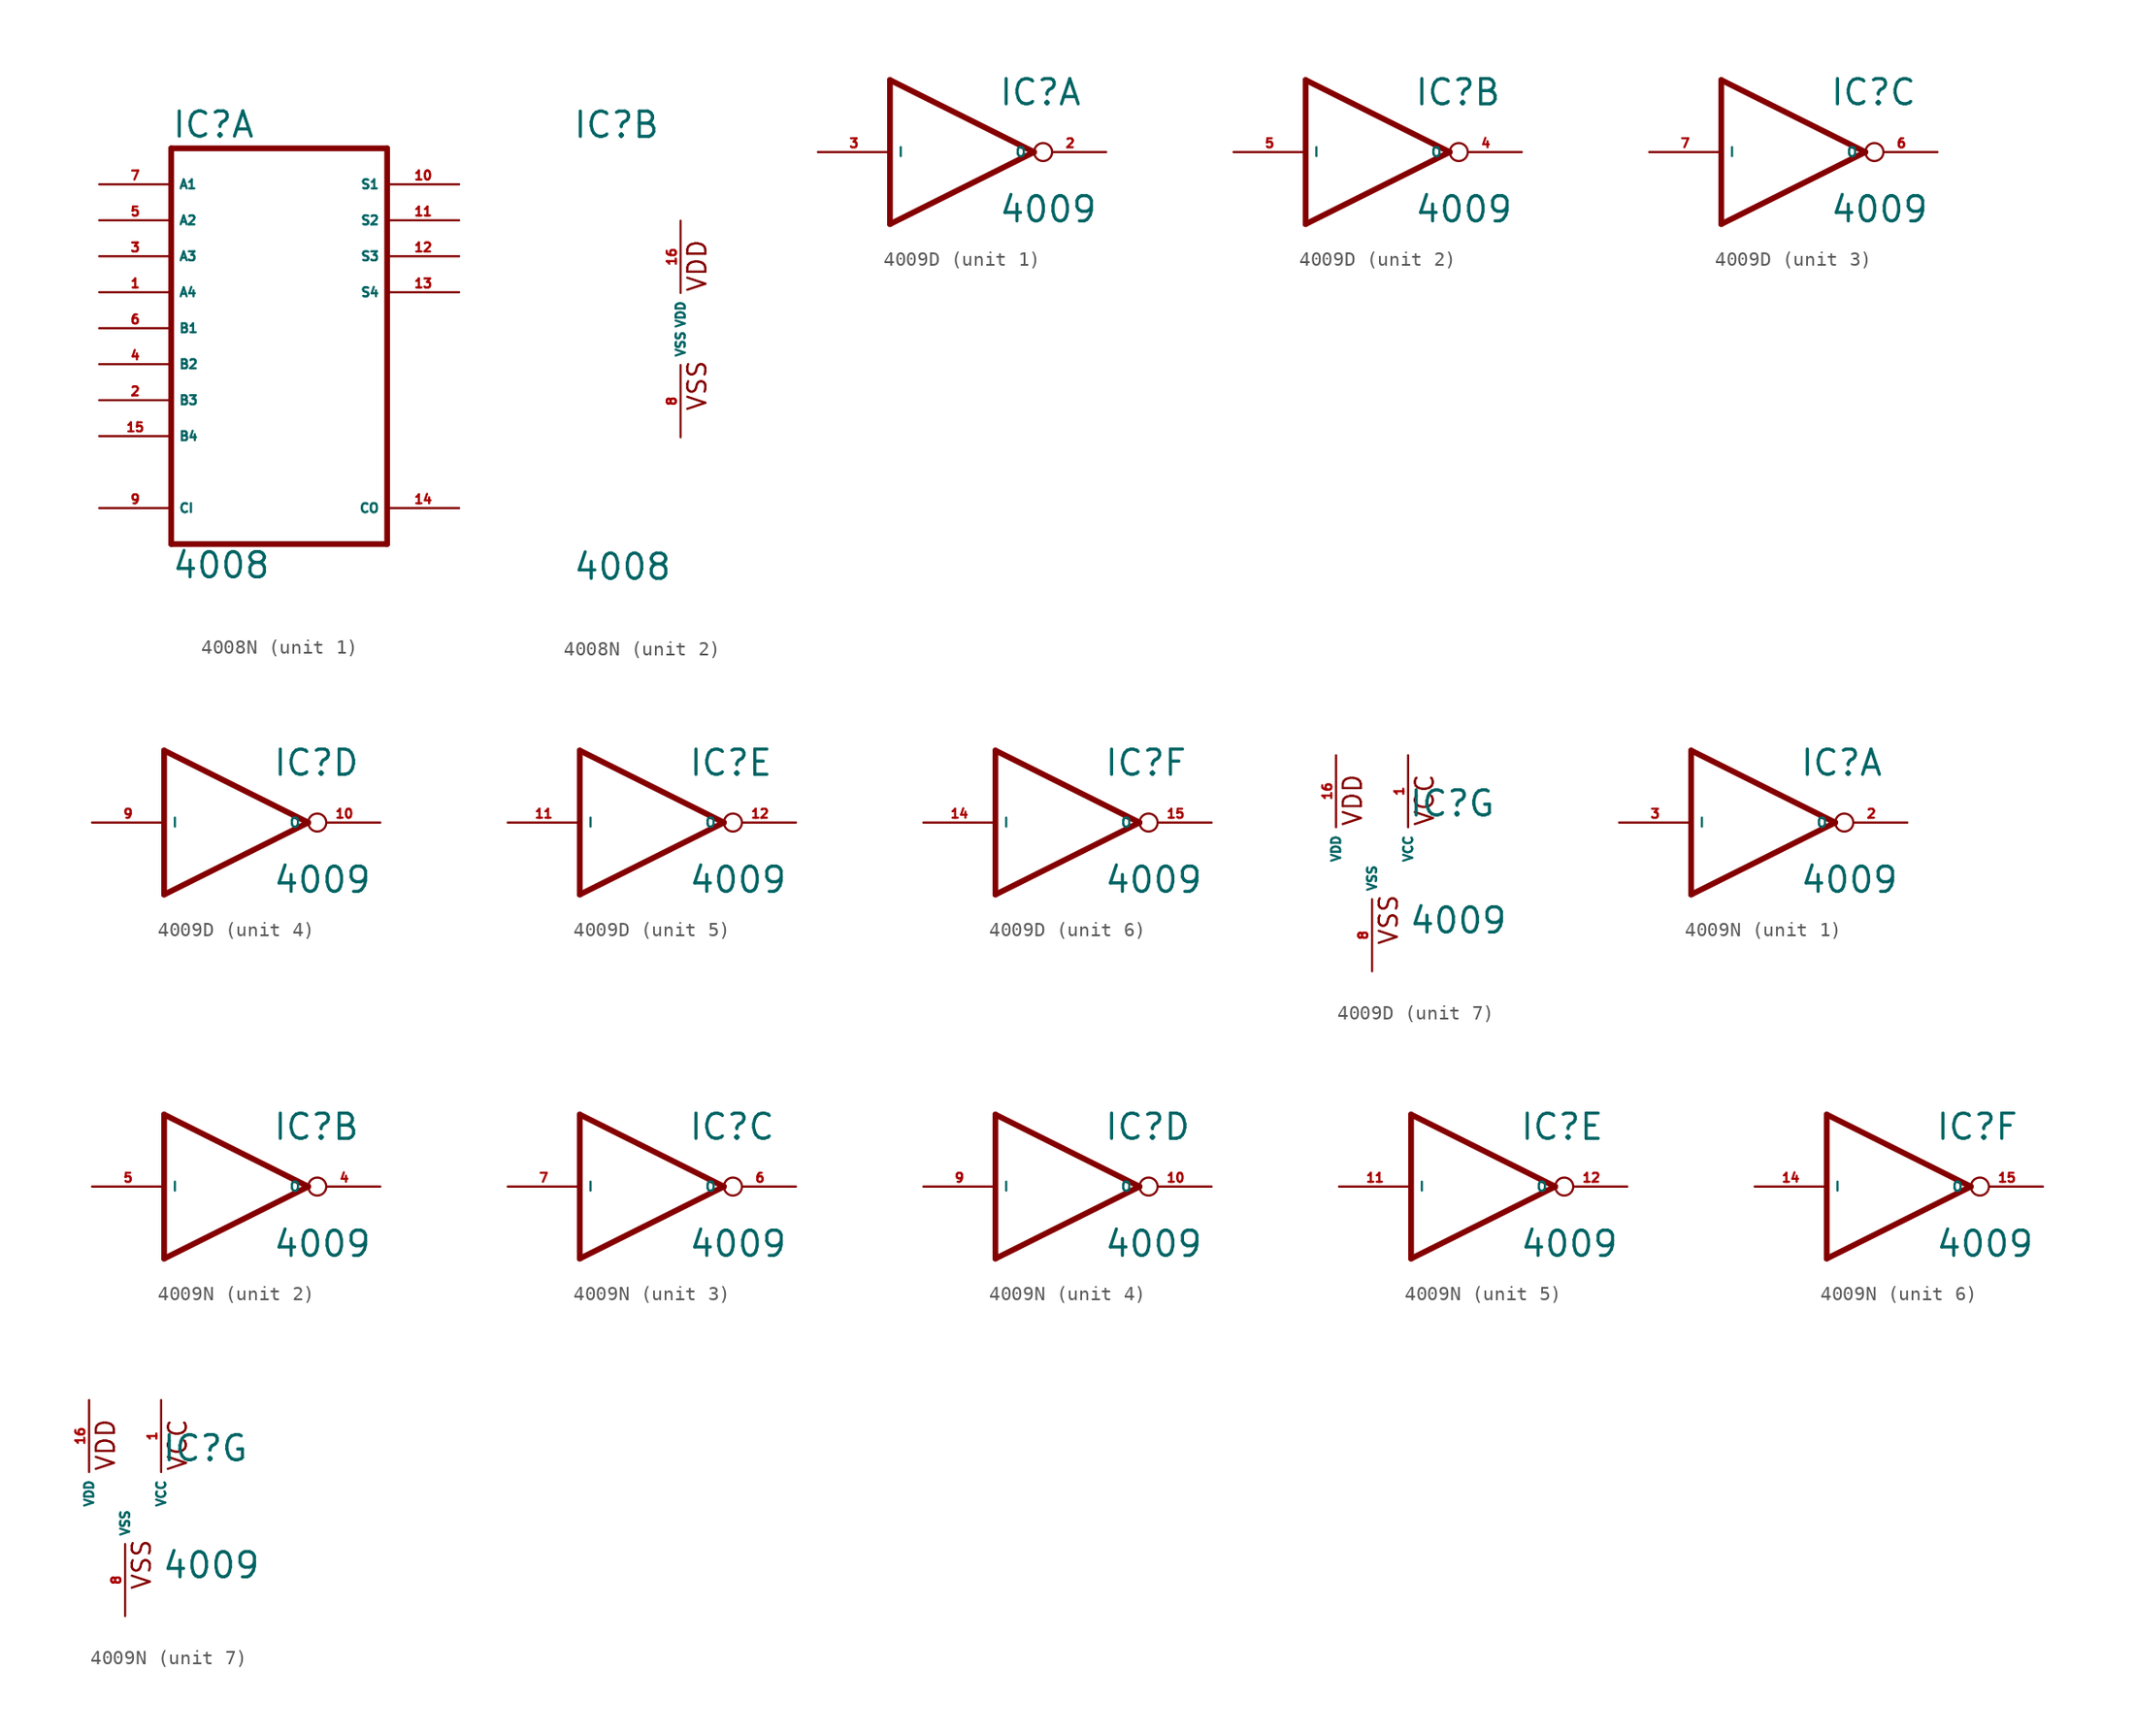
<source format=kicad_sym>
(kicad_symbol_lib
  (version 20220914)
  (generator Eagle2Kicad)
  (symbol "4008N"
    (property "Reference" "IC"
      (at -7.62 13.335 0)
      (effects (font (size 1.778 1.778) (thickness 0.22)) (justify left bottom)))
    (property "Value" "4008"
      (at -7.62 -17.78 0)
      (effects (font (size 1.778 1.778) (thickness 0.22)) (justify left bottom)))
    (symbol "4008N_1_0"
      (polyline (pts (xy -7.62 -15.24) (xy 7.62 -15.24)) (stroke (width 0.406) (type default)) (fill (type none)))
      (polyline (pts (xy 7.62 -15.24) (xy 7.62 12.7)) (stroke (width 0.406) (type default)) (fill (type none)))
      (polyline (pts (xy 7.62 12.7) (xy -7.62 12.7)) (stroke (width 0.406) (type default)) (fill (type none)))
      (polyline (pts (xy -7.62 12.7) (xy -7.62 -15.24)) (stroke (width 0.406) (type default)) (fill (type none)))
      (pin input line (at -12.7 2.54 0) (length 5.08) (name "A4" (effects (font (size 0.635 0.635) (thickness 0.08)) (justify left bottom))) (number "1" (effects (font (size 0.635 0.635) (thickness 0.08)) (justify left bottom))))
      (pin input line (at -12.7 -5.08 0) (length 5.08) (name "B3" (effects (font (size 0.635 0.635) (thickness 0.08)) (justify left bottom))) (number "2" (effects (font (size 0.635 0.635) (thickness 0.08)) (justify left bottom))))
      (pin input line (at -12.7 5.08 0) (length 5.08) (name "A3" (effects (font (size 0.635 0.635) (thickness 0.08)) (justify left bottom))) (number "3" (effects (font (size 0.635 0.635) (thickness 0.08)) (justify left bottom))))
      (pin input line (at -12.7 -2.54 0) (length 5.08) (name "B2" (effects (font (size 0.635 0.635) (thickness 0.08)) (justify left bottom))) (number "4" (effects (font (size 0.635 0.635) (thickness 0.08)) (justify left bottom))))
      (pin input line (at -12.7 7.62 0) (length 5.08) (name "A2" (effects (font (size 0.635 0.635) (thickness 0.08)) (justify left bottom))) (number "5" (effects (font (size 0.635 0.635) (thickness 0.08)) (justify left bottom))))
      (pin input line (at -12.7 0 0) (length 5.08) (name "B1" (effects (font (size 0.635 0.635) (thickness 0.08)) (justify left bottom))) (number "6" (effects (font (size 0.635 0.635) (thickness 0.08)) (justify left bottom))))
      (pin input line (at -12.7 10.16 0) (length 5.08) (name "A1" (effects (font (size 0.635 0.635) (thickness 0.08)) (justify left bottom))) (number "7" (effects (font (size 0.635 0.635) (thickness 0.08)) (justify left bottom))))
      (pin input line (at -12.7 -12.7 0) (length 5.08) (name "CI" (effects (font (size 0.635 0.635) (thickness 0.08)) (justify left bottom))) (number "9" (effects (font (size 0.635 0.635) (thickness 0.08)) (justify left bottom))))
      (pin output line (at 12.7 10.16 180) (length 5.08) (name "S1" (effects (font (size 0.635 0.635) (thickness 0.08)) (justify left bottom))) (number "10" (effects (font (size 0.635 0.635) (thickness 0.08)) (justify left bottom))))
      (pin output line (at 12.7 7.62 180) (length 5.08) (name "S2" (effects (font (size 0.635 0.635) (thickness 0.08)) (justify left bottom))) (number "11" (effects (font (size 0.635 0.635) (thickness 0.08)) (justify left bottom))))
      (pin output line (at 12.7 5.08 180) (length 5.08) (name "S3" (effects (font (size 0.635 0.635) (thickness 0.08)) (justify left bottom))) (number "12" (effects (font (size 0.635 0.635) (thickness 0.08)) (justify left bottom))))
      (pin output line (at 12.7 2.54 180) (length 5.08) (name "S4" (effects (font (size 0.635 0.635) (thickness 0.08)) (justify left bottom))) (number "13" (effects (font (size 0.635 0.635) (thickness 0.08)) (justify left bottom))))
      (pin output line (at 12.7 -12.7 180) (length 5.08) (name "CO" (effects (font (size 0.635 0.635) (thickness 0.08)) (justify left bottom))) (number "14" (effects (font (size 0.635 0.635) (thickness 0.08)) (justify left bottom))))
      (pin input line (at -12.7 -7.62 0) (length 5.08) (name "B4" (effects (font (size 0.635 0.635) (thickness 0.08)) (justify left bottom))) (number "15" (effects (font (size 0.635 0.635) (thickness 0.08)) (justify left bottom)))))
    (symbol "4008N_2_0"
      (text "VDD" (at 1.905 2.54 900) (effects (font (size 1.27 1.27) (thickness 0.16)) (justify left bottom)))
      (text "VSS" (at 1.905 -5.842 900) (effects (font (size 1.27 1.27) (thickness 0.16)) (justify left bottom)))
      (pin unspecified line (at 0 -7.62 90) (length 5.08) (name "VSS" (effects (font (size 0.635 0.635) (thickness 0.08)) (justify left bottom))) (number "8" (effects (font (size 0.635 0.635) (thickness 0.08)) (justify left bottom))))
      (pin unspecified line (at 0 7.62 270) (length 5.08) (name "VDD" (effects (font (size 0.635 0.635) (thickness 0.08)) (justify left bottom))) (number "16" (effects (font (size 0.635 0.635) (thickness 0.08)) (justify left bottom))))))
  (symbol "4009D"
    (property "Reference" "IC"
      (at 2.54 3.175 0)
      (effects (font (size 1.778 1.778) (thickness 0.22)) (justify left bottom)))
    (property "Value" "4009"
      (at 2.54 -5.08 0)
      (effects (font (size 1.778 1.778) (thickness 0.22)) (justify left bottom)))
    (symbol "4009D_1_0"
      (polyline (pts (xy -5.08 -5.08) (xy 5.08 0)) (stroke (width 0.406) (type default)) (fill (type none)))
      (polyline (pts (xy 5.08 0) (xy -5.08 5.08)) (stroke (width 0.406) (type default)) (fill (type none)))
      (polyline (pts (xy -5.08 5.08) (xy -5.08 -5.08)) (stroke (width 0.406) (type default)) (fill (type none)))
      (pin output inverted (at 10.16 0 180) (length 5.08) (name "O" (effects (font (size 0.635 0.635) (thickness 0.08)) (justify left bottom))) (number "2" (effects (font (size 0.635 0.635) (thickness 0.08)) (justify left bottom))))
      (pin input line (at -10.16 0 0) (length 5.08) (name "I" (effects (font (size 0.635 0.635) (thickness 0.08)) (justify left bottom))) (number "3" (effects (font (size 0.635 0.635) (thickness 0.08)) (justify left bottom)))))
    (symbol "4009D_2_0"
      (polyline (pts (xy -5.08 -5.08) (xy 5.08 0)) (stroke (width 0.406) (type default)) (fill (type none)))
      (polyline (pts (xy 5.08 0) (xy -5.08 5.08)) (stroke (width 0.406) (type default)) (fill (type none)))
      (polyline (pts (xy -5.08 5.08) (xy -5.08 -5.08)) (stroke (width 0.406) (type default)) (fill (type none)))
      (pin output inverted (at 10.16 0 180) (length 5.08) (name "O" (effects (font (size 0.635 0.635) (thickness 0.08)) (justify left bottom))) (number "4" (effects (font (size 0.635 0.635) (thickness 0.08)) (justify left bottom))))
      (pin input line (at -10.16 0 0) (length 5.08) (name "I" (effects (font (size 0.635 0.635) (thickness 0.08)) (justify left bottom))) (number "5" (effects (font (size 0.635 0.635) (thickness 0.08)) (justify left bottom)))))
    (symbol "4009D_3_0"
      (polyline (pts (xy -5.08 -5.08) (xy 5.08 0)) (stroke (width 0.406) (type default)) (fill (type none)))
      (polyline (pts (xy 5.08 0) (xy -5.08 5.08)) (stroke (width 0.406) (type default)) (fill (type none)))
      (polyline (pts (xy -5.08 5.08) (xy -5.08 -5.08)) (stroke (width 0.406) (type default)) (fill (type none)))
      (pin output inverted (at 10.16 0 180) (length 5.08) (name "O" (effects (font (size 0.635 0.635) (thickness 0.08)) (justify left bottom))) (number "6" (effects (font (size 0.635 0.635) (thickness 0.08)) (justify left bottom))))
      (pin input line (at -10.16 0 0) (length 5.08) (name "I" (effects (font (size 0.635 0.635) (thickness 0.08)) (justify left bottom))) (number "7" (effects (font (size 0.635 0.635) (thickness 0.08)) (justify left bottom)))))
    (symbol "4009D_4_0"
      (polyline (pts (xy -5.08 -5.08) (xy 5.08 0)) (stroke (width 0.406) (type default)) (fill (type none)))
      (polyline (pts (xy 5.08 0) (xy -5.08 5.08)) (stroke (width 0.406) (type default)) (fill (type none)))
      (polyline (pts (xy -5.08 5.08) (xy -5.08 -5.08)) (stroke (width 0.406) (type default)) (fill (type none)))
      (pin output inverted (at 10.16 0 180) (length 5.08) (name "O" (effects (font (size 0.635 0.635) (thickness 0.08)) (justify left bottom))) (number "10" (effects (font (size 0.635 0.635) (thickness 0.08)) (justify left bottom))))
      (pin input line (at -10.16 0 0) (length 5.08) (name "I" (effects (font (size 0.635 0.635) (thickness 0.08)) (justify left bottom))) (number "9" (effects (font (size 0.635 0.635) (thickness 0.08)) (justify left bottom)))))
    (symbol "4009D_5_0"
      (polyline (pts (xy -5.08 -5.08) (xy 5.08 0)) (stroke (width 0.406) (type default)) (fill (type none)))
      (polyline (pts (xy 5.08 0) (xy -5.08 5.08)) (stroke (width 0.406) (type default)) (fill (type none)))
      (polyline (pts (xy -5.08 5.08) (xy -5.08 -5.08)) (stroke (width 0.406) (type default)) (fill (type none)))
      (pin output inverted (at 10.16 0 180) (length 5.08) (name "O" (effects (font (size 0.635 0.635) (thickness 0.08)) (justify left bottom))) (number "12" (effects (font (size 0.635 0.635) (thickness 0.08)) (justify left bottom))))
      (pin input line (at -10.16 0 0) (length 5.08) (name "I" (effects (font (size 0.635 0.635) (thickness 0.08)) (justify left bottom))) (number "11" (effects (font (size 0.635 0.635) (thickness 0.08)) (justify left bottom)))))
    (symbol "4009D_6_0"
      (polyline (pts (xy -5.08 -5.08) (xy 5.08 0)) (stroke (width 0.406) (type default)) (fill (type none)))
      (polyline (pts (xy 5.08 0) (xy -5.08 5.08)) (stroke (width 0.406) (type default)) (fill (type none)))
      (polyline (pts (xy -5.08 5.08) (xy -5.08 -5.08)) (stroke (width 0.406) (type default)) (fill (type none)))
      (pin output inverted (at 10.16 0 180) (length 5.08) (name "O" (effects (font (size 0.635 0.635) (thickness 0.08)) (justify left bottom))) (number "15" (effects (font (size 0.635 0.635) (thickness 0.08)) (justify left bottom))))
      (pin input line (at -10.16 0 0) (length 5.08) (name "I" (effects (font (size 0.635 0.635) (thickness 0.08)) (justify left bottom))) (number "14" (effects (font (size 0.635 0.635) (thickness 0.08)) (justify left bottom)))))
    (symbol "4009D_7_0"
      (text "VDD" (at -0.635 2.54 900) (effects (font (size 1.27 1.27) (thickness 0.16)) (justify left bottom)))
      (text "VSS" (at 1.905 -5.842 900) (effects (font (size 1.27 1.27) (thickness 0.16)) (justify left bottom)))
      (text "VCC" (at 4.445 2.54 900) (effects (font (size 1.27 1.27) (thickness 0.16)) (justify left bottom)))
      (pin unspecified line (at 0 -7.62 90) (length 5.08) (name "VSS" (effects (font (size 0.635 0.635) (thickness 0.08)) (justify left bottom))) (number "8" (effects (font (size 0.635 0.635) (thickness 0.08)) (justify left bottom))))
      (pin unspecified line (at -2.54 7.62 270) (length 5.08) (name "VDD" (effects (font (size 0.635 0.635) (thickness 0.08)) (justify left bottom))) (number "16" (effects (font (size 0.635 0.635) (thickness 0.08)) (justify left bottom))))
      (pin unspecified line (at 2.54 7.62 270) (length 5.08) (name "VCC" (effects (font (size 0.635 0.635) (thickness 0.08)) (justify left bottom))) (number "1" (effects (font (size 0.635 0.635) (thickness 0.08)) (justify left bottom))))))
  (symbol "4009N"
    (property "Reference" "IC"
      (at 2.54 3.175 0)
      (effects (font (size 1.778 1.778) (thickness 0.22)) (justify left bottom)))
    (property "Value" "4009"
      (at 2.54 -5.08 0)
      (effects (font (size 1.778 1.778) (thickness 0.22)) (justify left bottom)))
    (symbol "4009N_1_0"
      (polyline (pts (xy -5.08 -5.08) (xy 5.08 0)) (stroke (width 0.406) (type default)) (fill (type none)))
      (polyline (pts (xy 5.08 0) (xy -5.08 5.08)) (stroke (width 0.406) (type default)) (fill (type none)))
      (polyline (pts (xy -5.08 5.08) (xy -5.08 -5.08)) (stroke (width 0.406) (type default)) (fill (type none)))
      (pin output inverted (at 10.16 0 180) (length 5.08) (name "O" (effects (font (size 0.635 0.635) (thickness 0.08)) (justify left bottom))) (number "2" (effects (font (size 0.635 0.635) (thickness 0.08)) (justify left bottom))))
      (pin input line (at -10.16 0 0) (length 5.08) (name "I" (effects (font (size 0.635 0.635) (thickness 0.08)) (justify left bottom))) (number "3" (effects (font (size 0.635 0.635) (thickness 0.08)) (justify left bottom)))))
    (symbol "4009N_2_0"
      (polyline (pts (xy -5.08 -5.08) (xy 5.08 0)) (stroke (width 0.406) (type default)) (fill (type none)))
      (polyline (pts (xy 5.08 0) (xy -5.08 5.08)) (stroke (width 0.406) (type default)) (fill (type none)))
      (polyline (pts (xy -5.08 5.08) (xy -5.08 -5.08)) (stroke (width 0.406) (type default)) (fill (type none)))
      (pin output inverted (at 10.16 0 180) (length 5.08) (name "O" (effects (font (size 0.635 0.635) (thickness 0.08)) (justify left bottom))) (number "4" (effects (font (size 0.635 0.635) (thickness 0.08)) (justify left bottom))))
      (pin input line (at -10.16 0 0) (length 5.08) (name "I" (effects (font (size 0.635 0.635) (thickness 0.08)) (justify left bottom))) (number "5" (effects (font (size 0.635 0.635) (thickness 0.08)) (justify left bottom)))))
    (symbol "4009N_3_0"
      (polyline (pts (xy -5.08 -5.08) (xy 5.08 0)) (stroke (width 0.406) (type default)) (fill (type none)))
      (polyline (pts (xy 5.08 0) (xy -5.08 5.08)) (stroke (width 0.406) (type default)) (fill (type none)))
      (polyline (pts (xy -5.08 5.08) (xy -5.08 -5.08)) (stroke (width 0.406) (type default)) (fill (type none)))
      (pin output inverted (at 10.16 0 180) (length 5.08) (name "O" (effects (font (size 0.635 0.635) (thickness 0.08)) (justify left bottom))) (number "6" (effects (font (size 0.635 0.635) (thickness 0.08)) (justify left bottom))))
      (pin input line (at -10.16 0 0) (length 5.08) (name "I" (effects (font (size 0.635 0.635) (thickness 0.08)) (justify left bottom))) (number "7" (effects (font (size 0.635 0.635) (thickness 0.08)) (justify left bottom)))))
    (symbol "4009N_4_0"
      (polyline (pts (xy -5.08 -5.08) (xy 5.08 0)) (stroke (width 0.406) (type default)) (fill (type none)))
      (polyline (pts (xy 5.08 0) (xy -5.08 5.08)) (stroke (width 0.406) (type default)) (fill (type none)))
      (polyline (pts (xy -5.08 5.08) (xy -5.08 -5.08)) (stroke (width 0.406) (type default)) (fill (type none)))
      (pin output inverted (at 10.16 0 180) (length 5.08) (name "O" (effects (font (size 0.635 0.635) (thickness 0.08)) (justify left bottom))) (number "10" (effects (font (size 0.635 0.635) (thickness 0.08)) (justify left bottom))))
      (pin input line (at -10.16 0 0) (length 5.08) (name "I" (effects (font (size 0.635 0.635) (thickness 0.08)) (justify left bottom))) (number "9" (effects (font (size 0.635 0.635) (thickness 0.08)) (justify left bottom)))))
    (symbol "4009N_5_0"
      (polyline (pts (xy -5.08 -5.08) (xy 5.08 0)) (stroke (width 0.406) (type default)) (fill (type none)))
      (polyline (pts (xy 5.08 0) (xy -5.08 5.08)) (stroke (width 0.406) (type default)) (fill (type none)))
      (polyline (pts (xy -5.08 5.08) (xy -5.08 -5.08)) (stroke (width 0.406) (type default)) (fill (type none)))
      (pin output inverted (at 10.16 0 180) (length 5.08) (name "O" (effects (font (size 0.635 0.635) (thickness 0.08)) (justify left bottom))) (number "12" (effects (font (size 0.635 0.635) (thickness 0.08)) (justify left bottom))))
      (pin input line (at -10.16 0 0) (length 5.08) (name "I" (effects (font (size 0.635 0.635) (thickness 0.08)) (justify left bottom))) (number "11" (effects (font (size 0.635 0.635) (thickness 0.08)) (justify left bottom)))))
    (symbol "4009N_6_0"
      (polyline (pts (xy -5.08 -5.08) (xy 5.08 0)) (stroke (width 0.406) (type default)) (fill (type none)))
      (polyline (pts (xy 5.08 0) (xy -5.08 5.08)) (stroke (width 0.406) (type default)) (fill (type none)))
      (polyline (pts (xy -5.08 5.08) (xy -5.08 -5.08)) (stroke (width 0.406) (type default)) (fill (type none)))
      (pin output inverted (at 10.16 0 180) (length 5.08) (name "O" (effects (font (size 0.635 0.635) (thickness 0.08)) (justify left bottom))) (number "15" (effects (font (size 0.635 0.635) (thickness 0.08)) (justify left bottom))))
      (pin input line (at -10.16 0 0) (length 5.08) (name "I" (effects (font (size 0.635 0.635) (thickness 0.08)) (justify left bottom))) (number "14" (effects (font (size 0.635 0.635) (thickness 0.08)) (justify left bottom)))))
    (symbol "4009N_7_0"
      (text "VDD" (at -0.635 2.54 900) (effects (font (size 1.27 1.27) (thickness 0.16)) (justify left bottom)))
      (text "VSS" (at 1.905 -5.842 900) (effects (font (size 1.27 1.27) (thickness 0.16)) (justify left bottom)))
      (text "VCC" (at 4.445 2.54 900) (effects (font (size 1.27 1.27) (thickness 0.16)) (justify left bottom)))
      (pin unspecified line (at 0 -7.62 90) (length 5.08) (name "VSS" (effects (font (size 0.635 0.635) (thickness 0.08)) (justify left bottom))) (number "8" (effects (font (size 0.635 0.635) (thickness 0.08)) (justify left bottom))))
      (pin unspecified line (at -2.54 7.62 270) (length 5.08) (name "VDD" (effects (font (size 0.635 0.635) (thickness 0.08)) (justify left bottom))) (number "16" (effects (font (size 0.635 0.635) (thickness 0.08)) (justify left bottom))))
      (pin unspecified line (at 2.54 7.62 270) (length 5.08) (name "VCC" (effects (font (size 0.635 0.635) (thickness 0.08)) (justify left bottom))) (number "1" (effects (font (size 0.635 0.635) (thickness 0.08)) (justify left bottom)))))))
</source>
